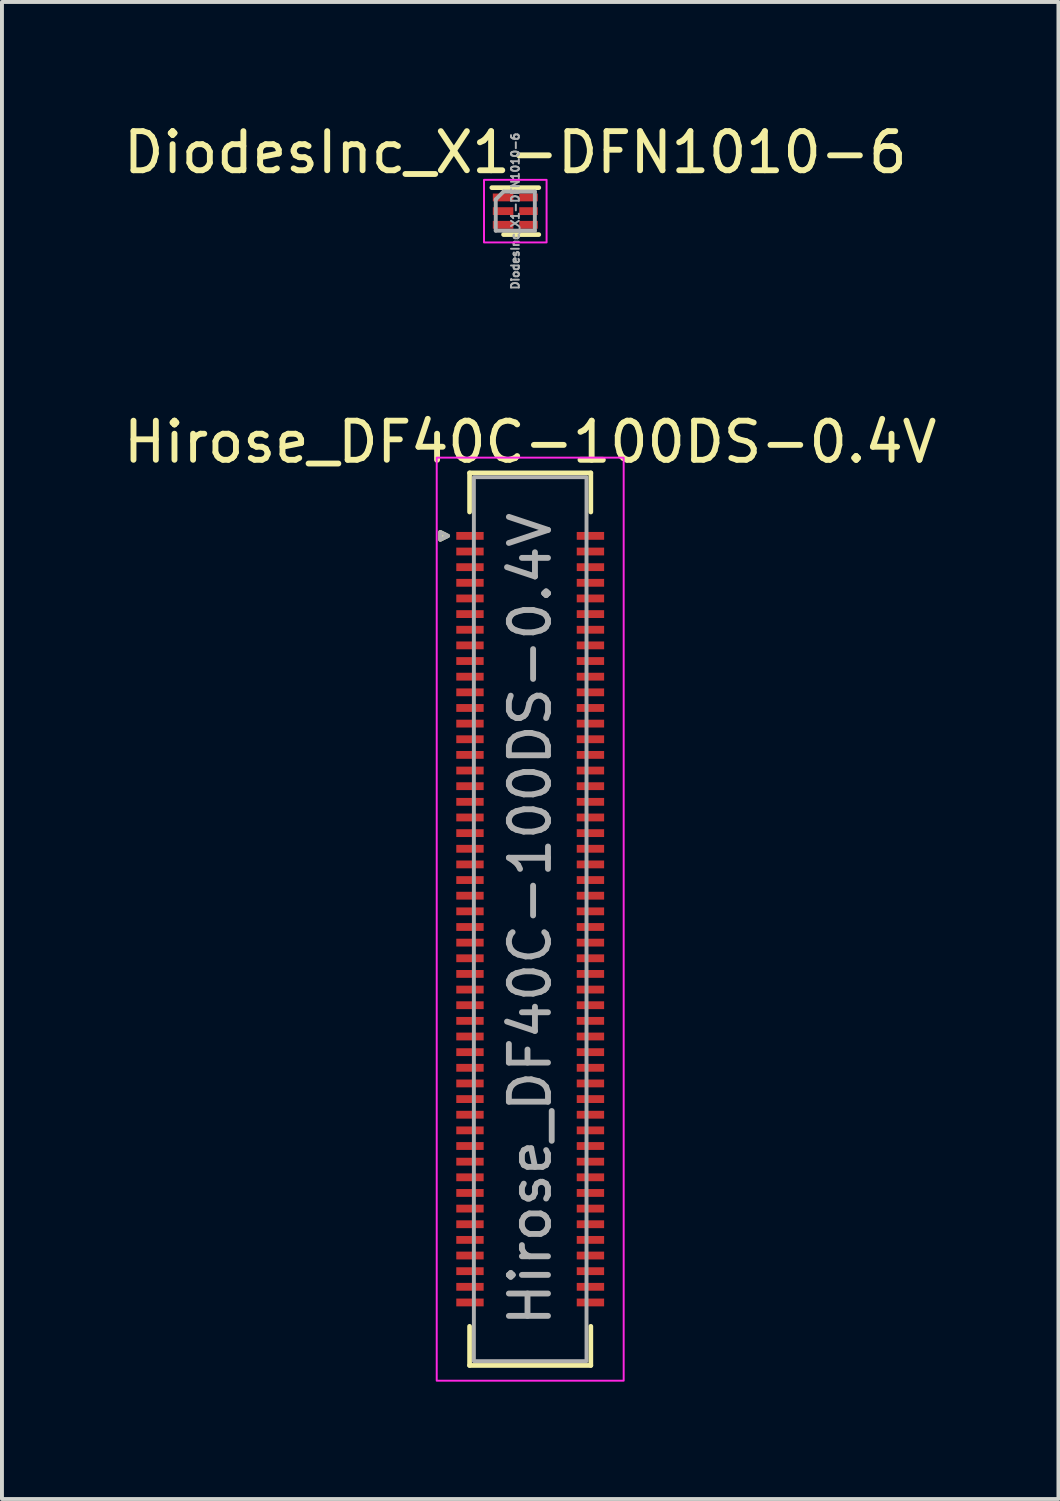
<source format=kicad_pcb>
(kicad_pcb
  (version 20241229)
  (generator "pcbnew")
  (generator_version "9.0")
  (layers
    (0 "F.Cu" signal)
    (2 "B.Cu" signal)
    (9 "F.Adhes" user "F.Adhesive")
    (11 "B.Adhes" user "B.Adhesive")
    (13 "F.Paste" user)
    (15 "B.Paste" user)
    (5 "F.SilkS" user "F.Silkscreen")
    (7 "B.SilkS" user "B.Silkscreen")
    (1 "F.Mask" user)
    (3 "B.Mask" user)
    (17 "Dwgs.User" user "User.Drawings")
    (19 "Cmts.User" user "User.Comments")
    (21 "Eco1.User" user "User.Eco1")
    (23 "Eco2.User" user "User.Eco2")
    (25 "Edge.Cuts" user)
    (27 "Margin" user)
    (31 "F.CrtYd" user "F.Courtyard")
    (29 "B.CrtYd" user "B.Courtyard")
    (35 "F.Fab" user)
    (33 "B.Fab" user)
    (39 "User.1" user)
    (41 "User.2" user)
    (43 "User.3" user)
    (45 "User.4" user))
  (footprint "Hirose_DF40C-100DS-0.4V"
    (layer "F.Cu")
    (at 10.506 20.451)
    (property "Reference" "Hirose_DF40C-100DS-0.4V" (at 0 -12.2 0) (unlocked yes) (layer "F.SilkS") (effects (font (size 1 1) (thickness 0.15))))
    (attr smd)
    (fp_line (start -1.55 -11.41) (end -1.55 -10.41) (stroke (width 0.12) (type solid)) (layer "F.SilkS"))
    (fp_line (start -1.55 -11.41) (end 1.55 -11.41) (stroke (width 0.12) (type solid)) (layer "F.SilkS"))
    (fp_line (start -1.55 11.41) (end -1.55 10.41) (stroke (width 0.12) (type solid)) (layer "F.SilkS"))
    (fp_line (start -1.55 11.41) (end 1.55 11.41) (stroke (width 0.12) (type solid)) (layer "F.SilkS"))
    (fp_line (start 1.55 -11.41) (end 1.55 -10.41) (stroke (width 0.12) (type solid)) (layer "F.SilkS"))
    (fp_line (start 1.55 11.41) (end 1.55 10.41) (stroke (width 0.12) (type solid)) (layer "F.SilkS"))
    (fp_poly (pts (xy -2.1 -9.8) (xy -2.3 -9.7) (xy -2.3 -9.9)) (stroke (width 0.1) (type solid)) (fill yes) (layer "F.SilkS"))
    (fp_rect (start -1.19 -9.9) (end -0.75 9.9) (stroke (width 0.05) (type solid)) (fill no) (layer "Eco2.User"))
    (fp_rect (start 1.19 -9.9) (end 0.75 9.9) (stroke (width 0.05) (type solid)) (fill no) (layer "Eco2.User"))
    (fp_rect (start -2.39 -11.8) (end 2.39 11.8) (stroke (width 0.05) (type solid)) (fill no) (layer "F.CrtYd"))
    (fp_rect (start -1.44 -11.3) (end 1.44 11.3) (stroke (width 0.1) (type solid)) (fill no) (layer "F.Fab"))
    (fp_poly (pts (xy -2.1 -9.8) (xy -2.3 -9.7) (xy -2.3 -9.9)) (stroke (width 0.1) (type solid)) (fill no) (layer "F.Fab"))
    (fp_text user "${REFERENCE}" (at 0 0 90) (unlocked yes) (layer "F.Fab") (effects (font (size 1 1) (thickness 0.15))))
    (pad "1" smd rect (at -1.54 -9.8) (size 0.7 0.2) (layers "F.Cu" "F.Mask" "F.Paste"))
    (pad "2" smd rect (at 1.54 -9.8) (size 0.7 0.2) (layers "F.Cu" "F.Mask" "F.Paste"))
    (pad "3" smd rect (at -1.54 -9.4) (size 0.7 0.2) (layers "F.Cu" "F.Mask" "F.Paste"))
    (pad "4" smd rect (at 1.54 -9.4) (size 0.7 0.2) (layers "F.Cu" "F.Mask" "F.Paste"))
    (pad "5" smd rect (at -1.54 -9) (size 0.7 0.2) (layers "F.Cu" "F.Mask" "F.Paste"))
    (pad "6" smd rect (at 1.54 -9) (size 0.7 0.2) (layers "F.Cu" "F.Mask" "F.Paste"))
    (pad "7" smd rect (at -1.54 -8.6) (size 0.7 0.2) (layers "F.Cu" "F.Mask" "F.Paste"))
    (pad "8" smd rect (at 1.54 -8.6) (size 0.7 0.2) (layers "F.Cu" "F.Mask" "F.Paste"))
    (pad "9" smd rect (at -1.54 -8.2) (size 0.7 0.2) (layers "F.Cu" "F.Mask" "F.Paste"))
    (pad "10" smd rect (at 1.54 -8.2) (size 0.7 0.2) (layers "F.Cu" "F.Mask" "F.Paste"))
    (pad "11" smd rect (at -1.54 -7.8) (size 0.7 0.2) (layers "F.Cu" "F.Mask" "F.Paste"))
    (pad "12" smd rect (at 1.54 -7.8) (size 0.7 0.2) (layers "F.Cu" "F.Mask" "F.Paste"))
    (pad "13" smd rect (at -1.54 -7.4) (size 0.7 0.2) (layers "F.Cu" "F.Mask" "F.Paste"))
    (pad "14" smd rect (at 1.54 -7.4) (size 0.7 0.2) (layers "F.Cu" "F.Mask" "F.Paste"))
    (pad "15" smd rect (at -1.54 -7) (size 0.7 0.2) (layers "F.Cu" "F.Mask" "F.Paste"))
    (pad "16" smd rect (at 1.54 -7) (size 0.7 0.2) (layers "F.Cu" "F.Mask" "F.Paste"))
    (pad "17" smd rect (at -1.54 -6.6) (size 0.7 0.2) (layers "F.Cu" "F.Mask" "F.Paste"))
    (pad "18" smd rect (at 1.54 -6.6) (size 0.7 0.2) (layers "F.Cu" "F.Mask" "F.Paste"))
    (pad "19" smd rect (at -1.54 -6.2) (size 0.7 0.2) (layers "F.Cu" "F.Mask" "F.Paste"))
    (pad "20" smd rect (at 1.54 -6.2) (size 0.7 0.2) (layers "F.Cu" "F.Mask" "F.Paste"))
    (pad "21" smd rect (at -1.54 -5.8) (size 0.7 0.2) (layers "F.Cu" "F.Mask" "F.Paste"))
    (pad "22" smd rect (at 1.54 -5.8) (size 0.7 0.2) (layers "F.Cu" "F.Mask" "F.Paste"))
    (pad "23" smd rect (at -1.54 -5.4) (size 0.7 0.2) (layers "F.Cu" "F.Mask" "F.Paste"))
    (pad "24" smd rect (at 1.54 -5.4) (size 0.7 0.2) (layers "F.Cu" "F.Mask" "F.Paste"))
    (pad "25" smd rect (at -1.54 -5) (size 0.7 0.2) (layers "F.Cu" "F.Mask" "F.Paste"))
    (pad "26" smd rect (at 1.54 -5) (size 0.7 0.2) (layers "F.Cu" "F.Mask" "F.Paste"))
    (pad "27" smd rect (at -1.54 -4.6) (size 0.7 0.2) (layers "F.Cu" "F.Mask" "F.Paste"))
    (pad "28" smd rect (at 1.54 -4.6) (size 0.7 0.2) (layers "F.Cu" "F.Mask" "F.Paste"))
    (pad "29" smd rect (at -1.54 -4.2) (size 0.7 0.2) (layers "F.Cu" "F.Mask" "F.Paste"))
    (pad "30" smd rect (at 1.54 -4.2) (size 0.7 0.2) (layers "F.Cu" "F.Mask" "F.Paste"))
    (pad "31" smd rect (at -1.54 -3.8) (size 0.7 0.2) (layers "F.Cu" "F.Mask" "F.Paste"))
    (pad "32" smd rect (at 1.54 -3.8) (size 0.7 0.2) (layers "F.Cu" "F.Mask" "F.Paste"))
    (pad "33" smd rect (at -1.54 -3.4) (size 0.7 0.2) (layers "F.Cu" "F.Mask" "F.Paste"))
    (pad "34" smd rect (at 1.54 -3.4) (size 0.7 0.2) (layers "F.Cu" "F.Mask" "F.Paste"))
    (pad "35" smd rect (at -1.54 -3) (size 0.7 0.2) (layers "F.Cu" "F.Mask" "F.Paste"))
    (pad "36" smd rect (at 1.54 -3) (size 0.7 0.2) (layers "F.Cu" "F.Mask" "F.Paste"))
    (pad "37" smd rect (at -1.54 -2.6) (size 0.7 0.2) (layers "F.Cu" "F.Mask" "F.Paste"))
    (pad "38" smd rect (at 1.54 -2.6) (size 0.7 0.2) (layers "F.Cu" "F.Mask" "F.Paste"))
    (pad "39" smd rect (at -1.54 -2.2) (size 0.7 0.2) (layers "F.Cu" "F.Mask" "F.Paste"))
    (pad "40" smd rect (at 1.54 -2.2) (size 0.7 0.2) (layers "F.Cu" "F.Mask" "F.Paste"))
    (pad "41" smd rect (at -1.54 -1.8) (size 0.7 0.2) (layers "F.Cu" "F.Mask" "F.Paste"))
    (pad "42" smd rect (at 1.54 -1.8) (size 0.7 0.2) (layers "F.Cu" "F.Mask" "F.Paste"))
    (pad "43" smd rect (at -1.54 -1.4) (size 0.7 0.2) (layers "F.Cu" "F.Mask" "F.Paste"))
    (pad "44" smd rect (at 1.54 -1.4) (size 0.7 0.2) (layers "F.Cu" "F.Mask" "F.Paste"))
    (pad "45" smd rect (at -1.54 -1) (size 0.7 0.2) (layers "F.Cu" "F.Mask" "F.Paste"))
    (pad "46" smd rect (at 1.54 -1) (size 0.7 0.2) (layers "F.Cu" "F.Mask" "F.Paste"))
    (pad "47" smd rect (at -1.54 -0.6) (size 0.7 0.2) (layers "F.Cu" "F.Mask" "F.Paste"))
    (pad "48" smd rect (at 1.54 -0.6) (size 0.7 0.2) (layers "F.Cu" "F.Mask" "F.Paste"))
    (pad "49" smd rect (at -1.54 -0.2) (size 0.7 0.2) (layers "F.Cu" "F.Mask" "F.Paste"))
    (pad "50" smd rect (at 1.54 -0.2) (size 0.7 0.2) (layers "F.Cu" "F.Mask" "F.Paste"))
    (pad "51" smd rect (at -1.54 0.2) (size 0.7 0.2) (layers "F.Cu" "F.Mask" "F.Paste"))
    (pad "52" smd rect (at 1.54 0.2) (size 0.7 0.2) (layers "F.Cu" "F.Mask" "F.Paste"))
    (pad "53" smd rect (at -1.54 0.6) (size 0.7 0.2) (layers "F.Cu" "F.Mask" "F.Paste"))
    (pad "54" smd rect (at 1.54 0.6) (size 0.7 0.2) (layers "F.Cu" "F.Mask" "F.Paste"))
    (pad "55" smd rect (at -1.54 1) (size 0.7 0.2) (layers "F.Cu" "F.Mask" "F.Paste"))
    (pad "56" smd rect (at 1.54 1) (size 0.7 0.2) (layers "F.Cu" "F.Mask" "F.Paste"))
    (pad "57" smd rect (at -1.54 1.4) (size 0.7 0.2) (layers "F.Cu" "F.Mask" "F.Paste"))
    (pad "58" smd rect (at 1.54 1.4) (size 0.7 0.2) (layers "F.Cu" "F.Mask" "F.Paste"))
    (pad "59" smd rect (at -1.54 1.8) (size 0.7 0.2) (layers "F.Cu" "F.Mask" "F.Paste"))
    (pad "60" smd rect (at 1.54 1.8) (size 0.7 0.2) (layers "F.Cu" "F.Mask" "F.Paste"))
    (pad "61" smd rect (at -1.54 2.2) (size 0.7 0.2) (layers "F.Cu" "F.Mask" "F.Paste"))
    (pad "62" smd rect (at 1.54 2.2) (size 0.7 0.2) (layers "F.Cu" "F.Mask" "F.Paste"))
    (pad "63" smd rect (at -1.54 2.6) (size 0.7 0.2) (layers "F.Cu" "F.Mask" "F.Paste"))
    (pad "64" smd rect (at 1.54 2.6) (size 0.7 0.2) (layers "F.Cu" "F.Mask" "F.Paste"))
    (pad "65" smd rect (at -1.54 3) (size 0.7 0.2) (layers "F.Cu" "F.Mask" "F.Paste"))
    (pad "66" smd rect (at 1.54 3) (size 0.7 0.2) (layers "F.Cu" "F.Mask" "F.Paste"))
    (pad "67" smd rect (at -1.54 3.4) (size 0.7 0.2) (layers "F.Cu" "F.Mask" "F.Paste"))
    (pad "68" smd rect (at 1.54 3.4) (size 0.7 0.2) (layers "F.Cu" "F.Mask" "F.Paste"))
    (pad "69" smd rect (at -1.54 3.8) (size 0.7 0.2) (layers "F.Cu" "F.Mask" "F.Paste"))
    (pad "70" smd rect (at 1.54 3.8) (size 0.7 0.2) (layers "F.Cu" "F.Mask" "F.Paste"))
    (pad "71" smd rect (at -1.54 4.2) (size 0.7 0.2) (layers "F.Cu" "F.Mask" "F.Paste"))
    (pad "72" smd rect (at 1.54 4.2) (size 0.7 0.2) (layers "F.Cu" "F.Mask" "F.Paste"))
    (pad "73" smd rect (at -1.54 4.6) (size 0.7 0.2) (layers "F.Cu" "F.Mask" "F.Paste"))
    (pad "74" smd rect (at 1.54 4.6) (size 0.7 0.2) (layers "F.Cu" "F.Mask" "F.Paste"))
    (pad "75" smd rect (at -1.54 5) (size 0.7 0.2) (layers "F.Cu" "F.Mask" "F.Paste"))
    (pad "76" smd rect (at 1.54 5) (size 0.7 0.2) (layers "F.Cu" "F.Mask" "F.Paste"))
    (pad "77" smd rect (at -1.54 5.4) (size 0.7 0.2) (layers "F.Cu" "F.Mask" "F.Paste"))
    (pad "78" smd rect (at 1.54 5.4) (size 0.7 0.2) (layers "F.Cu" "F.Mask" "F.Paste"))
    (pad "79" smd rect (at -1.54 5.8) (size 0.7 0.2) (layers "F.Cu" "F.Mask" "F.Paste"))
    (pad "80" smd rect (at 1.54 5.8) (size 0.7 0.2) (layers "F.Cu" "F.Mask" "F.Paste"))
    (pad "81" smd rect (at -1.54 6.2) (size 0.7 0.2) (layers "F.Cu" "F.Mask" "F.Paste"))
    (pad "82" smd rect (at 1.54 6.2) (size 0.7 0.2) (layers "F.Cu" "F.Mask" "F.Paste"))
    (pad "83" smd rect (at -1.54 6.6) (size 0.7 0.2) (layers "F.Cu" "F.Mask" "F.Paste"))
    (pad "84" smd rect (at 1.54 6.6) (size 0.7 0.2) (layers "F.Cu" "F.Mask" "F.Paste"))
    (pad "85" smd rect (at -1.54 7) (size 0.7 0.2) (layers "F.Cu" "F.Mask" "F.Paste"))
    (pad "86" smd rect (at 1.54 7) (size 0.7 0.2) (layers "F.Cu" "F.Mask" "F.Paste"))
    (pad "87" smd rect (at -1.54 7.4) (size 0.7 0.2) (layers "F.Cu" "F.Mask" "F.Paste"))
    (pad "88" smd rect (at 1.54 7.4) (size 0.7 0.2) (layers "F.Cu" "F.Mask" "F.Paste"))
    (pad "89" smd rect (at -1.54 7.8) (size 0.7 0.2) (layers "F.Cu" "F.Mask" "F.Paste"))
    (pad "90" smd rect (at 1.54 7.8) (size 0.7 0.2) (layers "F.Cu" "F.Mask" "F.Paste"))
    (pad "91" smd rect (at -1.54 8.2) (size 0.7 0.2) (layers "F.Cu" "F.Mask" "F.Paste"))
    (pad "92" smd rect (at 1.54 8.2) (size 0.7 0.2) (layers "F.Cu" "F.Mask" "F.Paste"))
    (pad "93" smd rect (at -1.54 8.6) (size 0.7 0.2) (layers "F.Cu" "F.Mask" "F.Paste"))
    (pad "94" smd rect (at 1.54 8.6) (size 0.7 0.2) (layers "F.Cu" "F.Mask" "F.Paste"))
    (pad "95" smd rect (at -1.54 9) (size 0.7 0.2) (layers "F.Cu" "F.Mask" "F.Paste"))
    (pad "96" smd rect (at 1.54 9) (size 0.7 0.2) (layers "F.Cu" "F.Mask" "F.Paste"))
    (pad "97" smd rect (at -1.54 9.4) (size 0.7 0.2) (layers "F.Cu" "F.Mask" "F.Paste"))
    (pad "98" smd rect (at 1.54 9.4) (size 0.7 0.2) (layers "F.Cu" "F.Mask" "F.Paste"))
    (pad "99" smd rect (at -1.54 9.8) (size 0.7 0.2) (layers "F.Cu" "F.Mask" "F.Paste"))
    (pad "100" smd rect (at 1.54 9.8) (size 0.7 0.2) (layers "F.Cu" "F.Mask" "F.Paste")))
  (footprint "DiodesInc_X1-DFN1010-6"
    (layer "F.Cu")
    (at 10.125 2.348)
    (property "Reference" "DiodesInc_X1-DFN1010-6" (at 0 -1.5 0) (unlocked yes) (layer "F.SilkS") (effects (font (size 1 1) (thickness 0.15))))
    (attr smd)
    (fp_line (start -0.3 0.6) (end 0.6 0.6) (stroke (width 0.12) (type solid)) (layer "F.SilkS"))
    (fp_line (start 0.6 -0.6) (end -0.6 -0.6) (stroke (width 0.12) (type solid)) (layer "F.SilkS"))
    (fp_rect (start -0.8 -0.8) (end 0.8 0.8) (stroke (width 0.05) (type solid)) (fill no) (layer "F.CrtYd"))
    (fp_line (start -0.5 -0.3) (end -0.3 -0.5) (stroke (width 0.1) (type solid)) (layer "F.Fab"))
    (fp_line (start -0.5 0.5) (end -0.5 -0.3) (stroke (width 0.1) (type solid)) (layer "F.Fab"))
    (fp_line (start -0.3 -0.5) (end 0.5 -0.5) (stroke (width 0.1) (type solid)) (layer "F.Fab"))
    (fp_line (start 0.5 -0.5) (end 0.5 0.5) (stroke (width 0.1) (type solid)) (layer "F.Fab"))
    (fp_line (start 0.5 0.5) (end -0.5 0.5) (stroke (width 0.1) (type solid)) (layer "F.Fab"))
    (fp_text user "${REFERENCE}" (at 0 0 90) (unlocked yes) (layer "F.Fab") (effects (font (size 0.2 0.2) (thickness 0.05))))
    (pad "1" smd rect (at -0.312 -0.35) (size 0.525 0.2) (layers "F.Cu" "F.Mask" "F.Paste"))
    (pad "2" smd rect (at 0.338 -0.35) (size 0.475 0.2) (layers "F.Cu" "F.Mask" "F.Paste"))
    (pad "3" smd rect (at -0.312 0) (size 0.525 0.2) (layers "F.Cu" "F.Mask" "F.Paste"))
    (pad "4" smd rect (at 0.338 0) (size 0.475 0.2) (layers "F.Cu" "F.Mask" "F.Paste"))
    (pad "5" smd rect (at -0.312 0.35) (size 0.525 0.2) (layers "F.Cu" "F.Mask" "F.Paste"))
    (pad "6" smd rect (at 0.338 0.35) (size 0.475 0.2) (layers "F.Cu" "F.Mask" "F.Paste")))
  (gr_rect
    (start -3 -3)
    (end 24.012 35.276)
    (stroke (width 0.1) (type default))
    (fill no)
    (layer "Edge.Cuts")))
</source>
